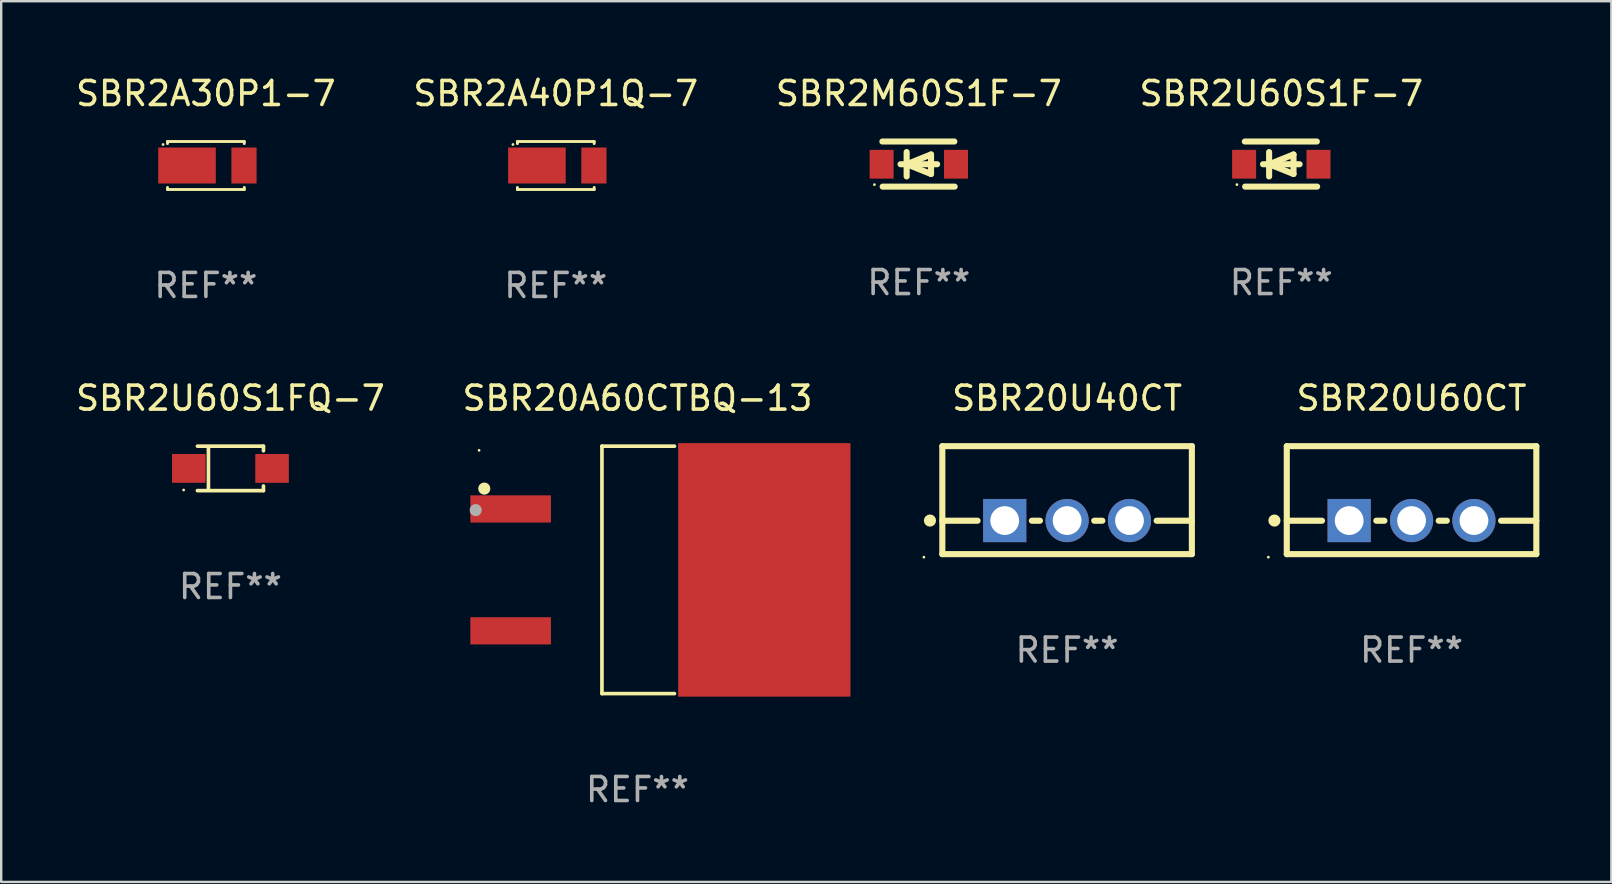
<source format=kicad_pcb>
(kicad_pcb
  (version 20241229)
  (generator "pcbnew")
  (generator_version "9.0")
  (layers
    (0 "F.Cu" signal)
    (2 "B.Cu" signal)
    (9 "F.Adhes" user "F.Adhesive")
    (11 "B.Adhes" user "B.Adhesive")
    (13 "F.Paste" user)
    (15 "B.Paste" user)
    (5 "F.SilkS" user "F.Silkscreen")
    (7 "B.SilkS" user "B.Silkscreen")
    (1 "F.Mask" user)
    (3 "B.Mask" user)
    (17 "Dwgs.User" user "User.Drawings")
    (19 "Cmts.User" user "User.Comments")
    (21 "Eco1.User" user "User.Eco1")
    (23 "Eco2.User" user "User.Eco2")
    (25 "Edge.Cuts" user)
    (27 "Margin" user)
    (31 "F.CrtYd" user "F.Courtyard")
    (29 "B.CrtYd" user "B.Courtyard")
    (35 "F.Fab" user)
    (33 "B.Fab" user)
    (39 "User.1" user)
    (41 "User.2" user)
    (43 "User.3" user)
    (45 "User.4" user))
  (footprint "SBR20U60CT"
    (layer "F.Cu")
    (at 55.779 17.795)
    (property "Reference" "SBR20U60CT" (at 0 -4.25 0) (layer "F.SilkS") (effects (font (size 1 1) (thickness 0.15))))
    (attr through_hole)
    (fp_line (start -5.2 -2.25) (end -5.2 2.25) (stroke (width 0.254) (type solid)) (layer "F.SilkS"))
    (fp_line (start -5.2 -2.25) (end 5.2 -2.25) (stroke (width 0.254) (type solid)) (layer "F.SilkS"))
    (fp_line (start -5.2 0.857) (end -3.731 0.857) (stroke (width 0.254) (type solid)) (layer "F.SilkS"))
    (fp_line (start -5.2 2.25) (end 5.2 2.25) (stroke (width 0.254) (type solid)) (layer "F.SilkS"))
    (fp_line (start -1.469 0.857) (end -1.131 0.857) (stroke (width 0.254) (type solid)) (layer "F.SilkS"))
    (fp_line (start 1.131 0.857) (end 1.469 0.857) (stroke (width 0.254) (type solid)) (layer "F.SilkS"))
    (fp_line (start 3.731 0.857) (end 5.2 0.857) (stroke (width 0.254) (type solid)) (layer "F.SilkS"))
    (fp_line (start 5.2 -2.25) (end 5.2 2.25) (stroke (width 0.254) (type solid)) (layer "F.SilkS"))
    (fp_circle (center -5.969 2.377) (end -5.939 2.377) (stroke (width 0.06) (type solid)) (fill no) (layer "F.SilkS"))
    (fp_circle (center -5.715 0.85) (end -5.588 0.85) (stroke (width 0.254) (type solid)) (fill no) (layer "F.SilkS"))
    (fp_text user "REF**" (at 0 6.25 0) (layer "F.Fab") (effects (font (size 1 1) (thickness 0.15))))
    (pad "1" thru_hole rect (at -2.6 0.85) (size 1.8 1.8) (drill 1.2) (layers "*.Cu" "*.Mask"))
    (pad "2" thru_hole circle (at 0 0.85) (size 1.8 1.8) (drill 1.2) (layers "*.Cu" "*.Mask"))
    (pad "3" thru_hole circle (at 2.6 0.85) (size 1.8 1.8) (drill 1.2) (layers "*.Cu" "*.Mask")))
  (footprint "SBR2U60S1FQ-7"
    (layer "F.Cu")
    (at 6.554 16.471)
    (property "Reference" "SBR2U60S1FQ-7" (at 0 -2.926 0) (layer "F.SilkS") (effects (font (size 1 1) (thickness 0.15))))
    (attr through_hole)
    (fp_line (start -1.376 -0.926) (end 1.376 -0.926) (stroke (width 0.152) (type solid)) (layer "F.SilkS"))
    (fp_line (start -1.376 0.926) (end 1.376 0.926) (stroke (width 0.152) (type solid)) (layer "F.SilkS"))
    (fp_line (start -0.917 -0.876) (end -0.917 0.876) (stroke (width 0.152) (type solid)) (layer "F.SilkS"))
    (fp_line (start 1.376 -0.926) (end 1.376 -0.733) (stroke (width 0.152) (type solid)) (layer "F.SilkS"))
    (fp_line (start 1.376 0.926) (end 1.376 0.733) (stroke (width 0.152) (type solid)) (layer "F.SilkS"))
    (fp_circle (center -1.95 0.9) (end -1.92 0.9) (stroke (width 0.06) (type solid)) (fill no) (layer "F.SilkS"))
    (fp_text user "REF**" (at 0 4.926 0) (layer "F.Fab") (effects (font (size 1 1) (thickness 0.15))))
    (pad "1" smd rect (at -1.735 0) (size 1.4 1.2) (layers "F.Cu" "F.Mask" "F.Paste"))
    (pad "2" smd rect (at 1.735 0) (size 1.4 1.2) (layers "F.Cu" "F.Mask" "F.Paste")))
  (footprint "SBR2A40P1Q-7"
    (layer "F.Cu")
    (at 20.113 3.848)
    (property "Reference" "SBR2A40P1Q-7" (at 0 -3 0) (layer "F.SilkS") (effects (font (size 1 1) (thickness 0.15))))
    (attr through_hole)
    (fp_line (start -1.599 -1) (end -1.599 -0.913) (stroke (width 0.12) (type solid)) (layer "F.SilkS"))
    (fp_line (start -1.599 0.913) (end -1.599 1) (stroke (width 0.12) (type solid)) (layer "F.SilkS"))
    (fp_line (start -1.599 1) (end 1.601 1) (stroke (width 0.12) (type solid)) (layer "F.SilkS"))
    (fp_line (start 1.599 -1) (end -1.601 -1) (stroke (width 0.12) (type solid)) (layer "F.SilkS"))
    (fp_line (start 1.601 -1) (end 1.601 -0.913) (stroke (width 0.12) (type solid)) (layer "F.SilkS"))
    (fp_line (start 1.601 0.913) (end 1.601 1) (stroke (width 0.12) (type solid)) (layer "F.SilkS"))
    (fp_circle (center -1.785 -0.876) (end -1.755 -0.876) (stroke (width 0.06) (type solid)) (fill no) (layer "F.SilkS"))
    (fp_text user "REF**" (at 0 5 0) (layer "F.Fab") (effects (font (size 1 1) (thickness 0.15))))
    (pad "1" smd rect (at -0.786 0 180) (size 2.4 1.5) (layers "F.Cu" "F.Mask" "F.Paste"))
    (pad "2" smd rect (at 1.589 0 180) (size 1.05 1.5) (layers "F.Cu" "F.Mask" "F.Paste")))
  (footprint "SBR2M60S1F-7"
    (layer "F.Cu")
    (at 35.244 3.788)
    (property "Reference" "SBR2M60S1F-7" (at 0 -2.94 0) (layer "F.SilkS") (effects (font (size 1 1) (thickness 0.15))))
    (attr through_hole)
    (fp_line (start -1.52 -0.94) (end 1.48 -0.94) (stroke (width 0.254) (type solid)) (layer "F.SilkS"))
    (fp_line (start -1.507 0.94) (end 1.493 0.94) (stroke (width 0.254) (type solid)) (layer "F.SilkS"))
    (fp_line (start -0.762 0.007) (end 0.762 0.007) (stroke (width 0.254) (type solid)) (layer "F.SilkS"))
    (fp_line (start -0.508 -0.501) (end -0.508 0.515) (stroke (width 0.254) (type solid)) (layer "F.SilkS"))
    (fp_line (start -0.508 0.007) (end 0.508 -0.4) (stroke (width 0.254) (type solid)) (layer "F.SilkS"))
    (fp_line (start 0.508 -0.4) (end 0.508 0.413) (stroke (width 0.254) (type solid)) (layer "F.SilkS"))
    (fp_line (start 0.508 0.413) (end -0.508 0.007) (stroke (width 0.254) (type solid)) (layer "F.SilkS"))
    (fp_circle (center -1.85 0.857) (end -1.82 0.857) (stroke (width 0.06) (type solid)) (fill no) (layer "F.SilkS"))
    (fp_text user "REF**" (at 0 4.94 0) (layer "F.Fab") (effects (font (size 1 1) (thickness 0.15))))
    (pad "1" smd rect (at -1.55 0.007) (size 1 1.2) (layers "F.Cu" "F.Mask" "F.Paste"))
    (pad "2" smd rect (at 1.55 0.007) (size 1 1.2) (layers "F.Cu" "F.Mask" "F.Paste")))
  (footprint "SBR2A30P1-7"
    (layer "F.Cu")
    (at 5.53 3.848)
    (property "Reference" "SBR2A30P1-7" (at 0 -3 0) (layer "F.SilkS") (effects (font (size 1 1) (thickness 0.15))))
    (attr through_hole)
    (fp_line (start -1.599 -1) (end -1.599 -0.913) (stroke (width 0.12) (type solid)) (layer "F.SilkS"))
    (fp_line (start -1.599 0.913) (end -1.599 1) (stroke (width 0.12) (type solid)) (layer "F.SilkS"))
    (fp_line (start -1.599 1) (end 1.601 1) (stroke (width 0.12) (type solid)) (layer "F.SilkS"))
    (fp_line (start 1.599 -1) (end -1.601 -1) (stroke (width 0.12) (type solid)) (layer "F.SilkS"))
    (fp_line (start 1.601 -1) (end 1.601 -0.913) (stroke (width 0.12) (type solid)) (layer "F.SilkS"))
    (fp_line (start 1.601 0.913) (end 1.601 1) (stroke (width 0.12) (type solid)) (layer "F.SilkS"))
    (fp_circle (center -1.785 -0.876) (end -1.755 -0.876) (stroke (width 0.06) (type solid)) (fill no) (layer "F.SilkS"))
    (fp_text user "REF**" (at 0 5 0) (layer "F.Fab") (effects (font (size 1 1) (thickness 0.15))))
    (pad "1" smd rect (at -0.786 0 180) (size 2.4 1.5) (layers "F.Cu" "F.Mask" "F.Paste"))
    (pad "2" smd rect (at 1.589 0 180) (size 1.05 1.5) (layers "F.Cu" "F.Mask" "F.Paste")))
  (footprint "SBR20U40CT"
    (layer "F.Cu")
    (at 41.423 17.795)
    (property "Reference" "SBR20U40CT" (at 0 -4.25 0) (layer "F.SilkS") (effects (font (size 1 1) (thickness 0.15))))
    (attr through_hole)
    (fp_line (start -5.2 -2.25) (end -5.2 2.25) (stroke (width 0.254) (type solid)) (layer "F.SilkS"))
    (fp_line (start -5.2 -2.25) (end 5.2 -2.25) (stroke (width 0.254) (type solid)) (layer "F.SilkS"))
    (fp_line (start -5.2 0.857) (end -3.731 0.857) (stroke (width 0.254) (type solid)) (layer "F.SilkS"))
    (fp_line (start -5.2 2.25) (end 5.2 2.25) (stroke (width 0.254) (type solid)) (layer "F.SilkS"))
    (fp_line (start -1.469 0.857) (end -1.131 0.857) (stroke (width 0.254) (type solid)) (layer "F.SilkS"))
    (fp_line (start 1.131 0.857) (end 1.469 0.857) (stroke (width 0.254) (type solid)) (layer "F.SilkS"))
    (fp_line (start 3.731 0.857) (end 5.2 0.857) (stroke (width 0.254) (type solid)) (layer "F.SilkS"))
    (fp_line (start 5.2 -2.25) (end 5.2 2.25) (stroke (width 0.254) (type solid)) (layer "F.SilkS"))
    (fp_circle (center -5.969 2.377) (end -5.939 2.377) (stroke (width 0.06) (type solid)) (fill no) (layer "F.SilkS"))
    (fp_circle (center -5.715 0.85) (end -5.588 0.85) (stroke (width 0.254) (type solid)) (fill no) (layer "F.SilkS"))
    (fp_text user "REF**" (at 0 6.25 0) (layer "F.Fab") (effects (font (size 1 1) (thickness 0.15))))
    (pad "1" thru_hole rect (at -2.6 0.85) (size 1.8 1.8) (drill 1.2) (layers "*.Cu" "*.Mask"))
    (pad "2" thru_hole circle (at 0 0.85) (size 1.8 1.8) (drill 1.2) (layers "*.Cu" "*.Mask"))
    (pad "3" thru_hole circle (at 2.6 0.85) (size 1.8 1.8) (drill 1.2) (layers "*.Cu" "*.Mask")))
  (footprint "SBR20A60CTBQ-13"
    (layer "F.Cu")
    (at 23.518 20.701)
    (property "Reference" "SBR20A60CTBQ-13" (at 0 -7.156 0) (layer "F.SilkS") (effects (font (size 1 1) (thickness 0.15))))
    (attr through_hole)
    (fp_line (start -1.481 -5.156) (end -1.481 5.156) (stroke (width 0.152) (type solid)) (layer "F.SilkS"))
    (fp_line (start 1.543 -5.156) (end -1.481 -5.156) (stroke (width 0.152) (type solid)) (layer "F.SilkS"))
    (fp_line (start 1.543 5.156) (end -1.481 5.156) (stroke (width 0.152) (type solid)) (layer "F.SilkS"))
    (fp_circle (center -6.602 -4.983) (end -6.572 -4.983) (stroke (width 0.06) (type solid)) (fill no) (layer "F.SilkS"))
    (fp_circle (center -6.385 -3.388) (end -6.258 -3.388) (stroke (width 0.254) (type solid)) (fill no) (layer "F.SilkS"))
    (fp_circle (center -6.742 -2.491) (end -6.615 -2.491) (stroke (width 0.254) (type solid)) (fill no) (layer "F.Fab"))
    (fp_text user "REF**" (at 0 9.156 0) (layer "F.Fab") (effects (font (size 1 1) (thickness 0.15))))
    (pad "1" smd rect (at -5.286 -2.54) (size 3.359 1.134) (layers "F.Cu" "F.Mask" "F.Paste"))
    (pad "3" smd rect (at -5.286 2.54) (size 3.359 1.134) (layers "F.Cu" "F.Mask" "F.Paste"))
    (pad "4" smd rect (at 5.286 0) (size 7.181 10.566) (layers "F.Cu" "F.Mask" "F.Paste")))
  (footprint "SBR2U60S1F-7"
    (layer "F.Cu")
    (at 50.351 3.788)
    (property "Reference" "SBR2U60S1F-7" (at 0 -2.94 0) (layer "F.SilkS") (effects (font (size 1 1) (thickness 0.15))))
    (attr through_hole)
    (fp_line (start -1.52 -0.94) (end 1.48 -0.94) (stroke (width 0.254) (type solid)) (layer "F.SilkS"))
    (fp_line (start -1.507 0.94) (end 1.493 0.94) (stroke (width 0.254) (type solid)) (layer "F.SilkS"))
    (fp_line (start -0.762 0.007) (end 0.762 0.007) (stroke (width 0.254) (type solid)) (layer "F.SilkS"))
    (fp_line (start -0.508 -0.501) (end -0.508 0.515) (stroke (width 0.254) (type solid)) (layer "F.SilkS"))
    (fp_line (start -0.508 0.007) (end 0.508 -0.4) (stroke (width 0.254) (type solid)) (layer "F.SilkS"))
    (fp_line (start 0.508 -0.4) (end 0.508 0.413) (stroke (width 0.254) (type solid)) (layer "F.SilkS"))
    (fp_line (start 0.508 0.413) (end -0.508 0.007) (stroke (width 0.254) (type solid)) (layer "F.SilkS"))
    (fp_circle (center -1.85 0.857) (end -1.82 0.857) (stroke (width 0.06) (type solid)) (fill no) (layer "F.SilkS"))
    (fp_text user "REF**" (at 0 4.94 0) (layer "F.Fab") (effects (font (size 1 1) (thickness 0.15))))
    (pad "1" smd rect (at -1.55 0.007) (size 1 1.2) (layers "F.Cu" "F.Mask" "F.Paste"))
    (pad "2" smd rect (at 1.55 0.007) (size 1 1.2) (layers "F.Cu" "F.Mask" "F.Paste")))
  (gr_rect
    (start -3 -3)
    (end 64.106 33.705)
    (stroke (width 0.1) (type default))
    (fill no)
    (layer "Edge.Cuts")))
</source>
